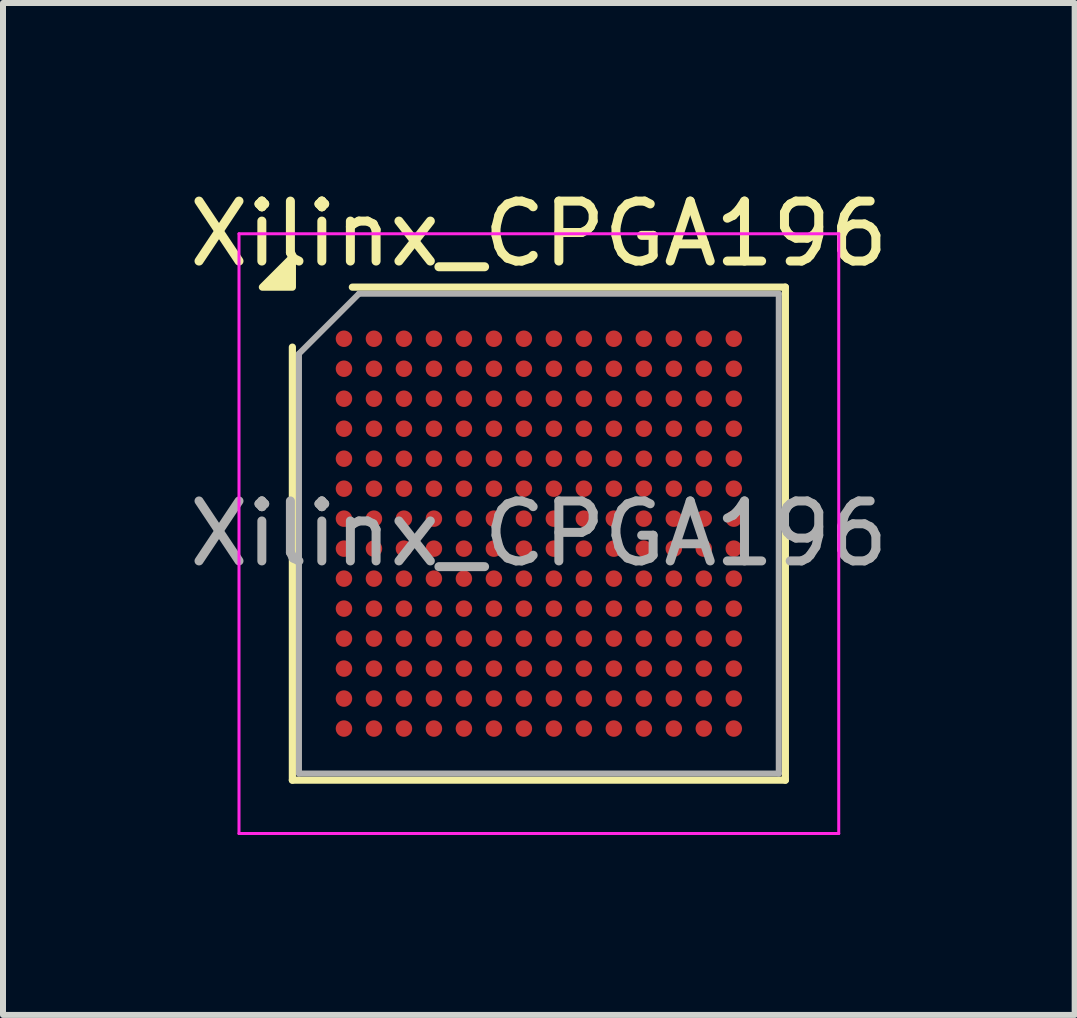
<source format=kicad_pcb>
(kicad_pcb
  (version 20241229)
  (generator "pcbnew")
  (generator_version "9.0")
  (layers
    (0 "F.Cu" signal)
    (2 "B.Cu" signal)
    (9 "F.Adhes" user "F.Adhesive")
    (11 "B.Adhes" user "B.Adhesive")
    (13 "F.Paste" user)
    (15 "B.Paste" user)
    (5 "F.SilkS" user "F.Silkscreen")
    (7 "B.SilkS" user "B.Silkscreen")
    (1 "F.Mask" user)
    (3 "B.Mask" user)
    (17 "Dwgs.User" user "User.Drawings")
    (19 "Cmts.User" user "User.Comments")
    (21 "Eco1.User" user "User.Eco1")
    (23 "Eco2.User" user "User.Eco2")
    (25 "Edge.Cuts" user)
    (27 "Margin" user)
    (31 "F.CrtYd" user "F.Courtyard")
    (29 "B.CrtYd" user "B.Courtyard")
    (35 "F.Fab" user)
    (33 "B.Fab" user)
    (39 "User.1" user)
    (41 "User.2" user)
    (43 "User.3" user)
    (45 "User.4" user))
  (footprint "Xilinx_CPGA196"
    (layer "F.Cu")
    (at 5.935 5.848)
    (property "Reference" "Xilinx_CPGA196" (at 0 -5 0) (layer "F.SilkS") (effects (font (size 1 1) (thickness 0.15))))
    (attr smd)
    (fp_line (start -4.11 4.11) (end -4.11 -3.11) (stroke (width 0.12) (type solid)) (layer "F.SilkS"))
    (fp_line (start -3.11 -4.11) (end 4.11 -4.11) (stroke (width 0.12) (type solid)) (layer "F.SilkS"))
    (fp_line (start 4.11 -4.11) (end 4.11 4.11) (stroke (width 0.12) (type solid)) (layer "F.SilkS"))
    (fp_line (start 4.11 4.11) (end -4.11 4.11) (stroke (width 0.12) (type solid)) (layer "F.SilkS"))
    (fp_poly (pts (xy -4.11 -4.11) (xy -4.61 -4.11) (xy -4.11 -4.61)) (stroke (width 0.12) (type solid)) (fill yes) (layer "F.SilkS"))
    (fp_line (start -5 -5) (end -5 5) (stroke (width 0.05) (type solid)) (layer "F.CrtYd"))
    (fp_line (start -5 5) (end 5 5) (stroke (width 0.05) (type solid)) (layer "F.CrtYd"))
    (fp_line (start 5 -5) (end -5 -5) (stroke (width 0.05) (type solid)) (layer "F.CrtYd"))
    (fp_line (start 5 5) (end 5 -5) (stroke (width 0.05) (type solid)) (layer "F.CrtYd"))
    (fp_line (start -4 -3) (end -3 -4) (stroke (width 0.1) (type solid)) (layer "F.Fab"))
    (fp_line (start -4 4) (end -4 -3) (stroke (width 0.1) (type solid)) (layer "F.Fab"))
    (fp_line (start -3 -4) (end 4 -4) (stroke (width 0.1) (type solid)) (layer "F.Fab"))
    (fp_line (start 4 -4) (end 4 4) (stroke (width 0.1) (type solid)) (layer "F.Fab"))
    (fp_line (start 4 4) (end -4 4) (stroke (width 0.1) (type solid)) (layer "F.Fab"))
    (fp_text user "${REFERENCE}" (at 0 0 0) (layer "F.Fab") (effects (font (size 1 1) (thickness 0.15))))
    (pad "A1" smd circle (at -3.25 -3.25) (size 0.275 0.275) (property pad_prop_bga) (layers "F.Cu" "F.Mask" "F.Paste"))
    (pad "A2" smd circle (at -2.75 -3.25) (size 0.275 0.275) (property pad_prop_bga) (layers "F.Cu" "F.Mask" "F.Paste"))
    (pad "A3" smd circle (at -2.25 -3.25) (size 0.275 0.275) (property pad_prop_bga) (layers "F.Cu" "F.Mask" "F.Paste"))
    (pad "A4" smd circle (at -1.75 -3.25) (size 0.275 0.275) (property pad_prop_bga) (layers "F.Cu" "F.Mask" "F.Paste"))
    (pad "A5" smd circle (at -1.25 -3.25) (size 0.275 0.275) (property pad_prop_bga) (layers "F.Cu" "F.Mask" "F.Paste"))
    (pad "A6" smd circle (at -0.75 -3.25) (size 0.275 0.275) (property pad_prop_bga) (layers "F.Cu" "F.Mask" "F.Paste"))
    (pad "A7" smd circle (at -0.25 -3.25) (size 0.275 0.275) (property pad_prop_bga) (layers "F.Cu" "F.Mask" "F.Paste"))
    (pad "A8" smd circle (at 0.25 -3.25) (size 0.275 0.275) (property pad_prop_bga) (layers "F.Cu" "F.Mask" "F.Paste"))
    (pad "A9" smd circle (at 0.75 -3.25) (size 0.275 0.275) (property pad_prop_bga) (layers "F.Cu" "F.Mask" "F.Paste"))
    (pad "A10" smd circle (at 1.25 -3.25) (size 0.275 0.275) (property pad_prop_bga) (layers "F.Cu" "F.Mask" "F.Paste"))
    (pad "A11" smd circle (at 1.75 -3.25) (size 0.275 0.275) (property pad_prop_bga) (layers "F.Cu" "F.Mask" "F.Paste"))
    (pad "A12" smd circle (at 2.25 -3.25) (size 0.275 0.275) (property pad_prop_bga) (layers "F.Cu" "F.Mask" "F.Paste"))
    (pad "A13" smd circle (at 2.75 -3.25) (size 0.275 0.275) (property pad_prop_bga) (layers "F.Cu" "F.Mask" "F.Paste"))
    (pad "A14" smd circle (at 3.25 -3.25) (size 0.275 0.275) (property pad_prop_bga) (layers "F.Cu" "F.Mask" "F.Paste"))
    (pad "B1" smd circle (at -3.25 -2.75) (size 0.275 0.275) (property pad_prop_bga) (layers "F.Cu" "F.Mask" "F.Paste"))
    (pad "B2" smd circle (at -2.75 -2.75) (size 0.275 0.275) (property pad_prop_bga) (layers "F.Cu" "F.Mask" "F.Paste"))
    (pad "B3" smd circle (at -2.25 -2.75) (size 0.275 0.275) (property pad_prop_bga) (layers "F.Cu" "F.Mask" "F.Paste"))
    (pad "B4" smd circle (at -1.75 -2.75) (size 0.275 0.275) (property pad_prop_bga) (layers "F.Cu" "F.Mask" "F.Paste"))
    (pad "B5" smd circle (at -1.25 -2.75) (size 0.275 0.275) (property pad_prop_bga) (layers "F.Cu" "F.Mask" "F.Paste"))
    (pad "B6" smd circle (at -0.75 -2.75) (size 0.275 0.275) (property pad_prop_bga) (layers "F.Cu" "F.Mask" "F.Paste"))
    (pad "B7" smd circle (at -0.25 -2.75) (size 0.275 0.275) (property pad_prop_bga) (layers "F.Cu" "F.Mask" "F.Paste"))
    (pad "B8" smd circle (at 0.25 -2.75) (size 0.275 0.275) (property pad_prop_bga) (layers "F.Cu" "F.Mask" "F.Paste"))
    (pad "B9" smd circle (at 0.75 -2.75) (size 0.275 0.275) (property pad_prop_bga) (layers "F.Cu" "F.Mask" "F.Paste"))
    (pad "B10" smd circle (at 1.25 -2.75) (size 0.275 0.275) (property pad_prop_bga) (layers "F.Cu" "F.Mask" "F.Paste"))
    (pad "B11" smd circle (at 1.75 -2.75) (size 0.275 0.275) (property pad_prop_bga) (layers "F.Cu" "F.Mask" "F.Paste"))
    (pad "B12" smd circle (at 2.25 -2.75) (size 0.275 0.275) (property pad_prop_bga) (layers "F.Cu" "F.Mask" "F.Paste"))
    (pad "B13" smd circle (at 2.75 -2.75) (size 0.275 0.275) (property pad_prop_bga) (layers "F.Cu" "F.Mask" "F.Paste"))
    (pad "B14" smd circle (at 3.25 -2.75) (size 0.275 0.275) (property pad_prop_bga) (layers "F.Cu" "F.Mask" "F.Paste"))
    (pad "C1" smd circle (at -3.25 -2.25) (size 0.275 0.275) (property pad_prop_bga) (layers "F.Cu" "F.Mask" "F.Paste"))
    (pad "C2" smd circle (at -2.75 -2.25) (size 0.275 0.275) (property pad_prop_bga) (layers "F.Cu" "F.Mask" "F.Paste"))
    (pad "C3" smd circle (at -2.25 -2.25) (size 0.275 0.275) (property pad_prop_bga) (layers "F.Cu" "F.Mask" "F.Paste"))
    (pad "C4" smd circle (at -1.75 -2.25) (size 0.275 0.275) (property pad_prop_bga) (layers "F.Cu" "F.Mask" "F.Paste"))
    (pad "C5" smd circle (at -1.25 -2.25) (size 0.275 0.275) (property pad_prop_bga) (layers "F.Cu" "F.Mask" "F.Paste"))
    (pad "C6" smd circle (at -0.75 -2.25) (size 0.275 0.275) (property pad_prop_bga) (layers "F.Cu" "F.Mask" "F.Paste"))
    (pad "C7" smd circle (at -0.25 -2.25) (size 0.275 0.275) (property pad_prop_bga) (layers "F.Cu" "F.Mask" "F.Paste"))
    (pad "C8" smd circle (at 0.25 -2.25) (size 0.275 0.275) (property pad_prop_bga) (layers "F.Cu" "F.Mask" "F.Paste"))
    (pad "C9" smd circle (at 0.75 -2.25) (size 0.275 0.275) (property pad_prop_bga) (layers "F.Cu" "F.Mask" "F.Paste"))
    (pad "C10" smd circle (at 1.25 -2.25) (size 0.275 0.275) (property pad_prop_bga) (layers "F.Cu" "F.Mask" "F.Paste"))
    (pad "C11" smd circle (at 1.75 -2.25) (size 0.275 0.275) (property pad_prop_bga) (layers "F.Cu" "F.Mask" "F.Paste"))
    (pad "C12" smd circle (at 2.25 -2.25) (size 0.275 0.275) (property pad_prop_bga) (layers "F.Cu" "F.Mask" "F.Paste"))
    (pad "C13" smd circle (at 2.75 -2.25) (size 0.275 0.275) (property pad_prop_bga) (layers "F.Cu" "F.Mask" "F.Paste"))
    (pad "C14" smd circle (at 3.25 -2.25) (size 0.275 0.275) (property pad_prop_bga) (layers "F.Cu" "F.Mask" "F.Paste"))
    (pad "D1" smd circle (at -3.25 -1.75) (size 0.275 0.275) (property pad_prop_bga) (layers "F.Cu" "F.Mask" "F.Paste"))
    (pad "D2" smd circle (at -2.75 -1.75) (size 0.275 0.275) (property pad_prop_bga) (layers "F.Cu" "F.Mask" "F.Paste"))
    (pad "D3" smd circle (at -2.25 -1.75) (size 0.275 0.275) (property pad_prop_bga) (layers "F.Cu" "F.Mask" "F.Paste"))
    (pad "D4" smd circle (at -1.75 -1.75) (size 0.275 0.275) (property pad_prop_bga) (layers "F.Cu" "F.Mask" "F.Paste"))
    (pad "D5" smd circle (at -1.25 -1.75) (size 0.275 0.275) (property pad_prop_bga) (layers "F.Cu" "F.Mask" "F.Paste"))
    (pad "D6" smd circle (at -0.75 -1.75) (size 0.275 0.275) (property pad_prop_bga) (layers "F.Cu" "F.Mask" "F.Paste"))
    (pad "D7" smd circle (at -0.25 -1.75) (size 0.275 0.275) (property pad_prop_bga) (layers "F.Cu" "F.Mask" "F.Paste"))
    (pad "D8" smd circle (at 0.25 -1.75) (size 0.275 0.275) (property pad_prop_bga) (layers "F.Cu" "F.Mask" "F.Paste"))
    (pad "D9" smd circle (at 0.75 -1.75) (size 0.275 0.275) (property pad_prop_bga) (layers "F.Cu" "F.Mask" "F.Paste"))
    (pad "D10" smd circle (at 1.25 -1.75) (size 0.275 0.275) (property pad_prop_bga) (layers "F.Cu" "F.Mask" "F.Paste"))
    (pad "D11" smd circle (at 1.75 -1.75) (size 0.275 0.275) (property pad_prop_bga) (layers "F.Cu" "F.Mask" "F.Paste"))
    (pad "D12" smd circle (at 2.25 -1.75) (size 0.275 0.275) (property pad_prop_bga) (layers "F.Cu" "F.Mask" "F.Paste"))
    (pad "D13" smd circle (at 2.75 -1.75) (size 0.275 0.275) (property pad_prop_bga) (layers "F.Cu" "F.Mask" "F.Paste"))
    (pad "D14" smd circle (at 3.25 -1.75) (size 0.275 0.275) (property pad_prop_bga) (layers "F.Cu" "F.Mask" "F.Paste"))
    (pad "E1" smd circle (at -3.25 -1.25) (size 0.275 0.275) (property pad_prop_bga) (layers "F.Cu" "F.Mask" "F.Paste"))
    (pad "E2" smd circle (at -2.75 -1.25) (size 0.275 0.275) (property pad_prop_bga) (layers "F.Cu" "F.Mask" "F.Paste"))
    (pad "E3" smd circle (at -2.25 -1.25) (size 0.275 0.275) (property pad_prop_bga) (layers "F.Cu" "F.Mask" "F.Paste"))
    (pad "E4" smd circle (at -1.75 -1.25) (size 0.275 0.275) (property pad_prop_bga) (layers "F.Cu" "F.Mask" "F.Paste"))
    (pad "E5" smd circle (at -1.25 -1.25) (size 0.275 0.275) (property pad_prop_bga) (layers "F.Cu" "F.Mask" "F.Paste"))
    (pad "E6" smd circle (at -0.75 -1.25) (size 0.275 0.275) (property pad_prop_bga) (layers "F.Cu" "F.Mask" "F.Paste"))
    (pad "E7" smd circle (at -0.25 -1.25) (size 0.275 0.275) (property pad_prop_bga) (layers "F.Cu" "F.Mask" "F.Paste"))
    (pad "E8" smd circle (at 0.25 -1.25) (size 0.275 0.275) (property pad_prop_bga) (layers "F.Cu" "F.Mask" "F.Paste"))
    (pad "E9" smd circle (at 0.75 -1.25) (size 0.275 0.275) (property pad_prop_bga) (layers "F.Cu" "F.Mask" "F.Paste"))
    (pad "E10" smd circle (at 1.25 -1.25) (size 0.275 0.275) (property pad_prop_bga) (layers "F.Cu" "F.Mask" "F.Paste"))
    (pad "E11" smd circle (at 1.75 -1.25) (size 0.275 0.275) (property pad_prop_bga) (layers "F.Cu" "F.Mask" "F.Paste"))
    (pad "E12" smd circle (at 2.25 -1.25) (size 0.275 0.275) (property pad_prop_bga) (layers "F.Cu" "F.Mask" "F.Paste"))
    (pad "E13" smd circle (at 2.75 -1.25) (size 0.275 0.275) (property pad_prop_bga) (layers "F.Cu" "F.Mask" "F.Paste"))
    (pad "E14" smd circle (at 3.25 -1.25) (size 0.275 0.275) (property pad_prop_bga) (layers "F.Cu" "F.Mask" "F.Paste"))
    (pad "F1" smd circle (at -3.25 -0.75) (size 0.275 0.275) (property pad_prop_bga) (layers "F.Cu" "F.Mask" "F.Paste"))
    (pad "F2" smd circle (at -2.75 -0.75) (size 0.275 0.275) (property pad_prop_bga) (layers "F.Cu" "F.Mask" "F.Paste"))
    (pad "F3" smd circle (at -2.25 -0.75) (size 0.275 0.275) (property pad_prop_bga) (layers "F.Cu" "F.Mask" "F.Paste"))
    (pad "F4" smd circle (at -1.75 -0.75) (size 0.275 0.275) (property pad_prop_bga) (layers "F.Cu" "F.Mask" "F.Paste"))
    (pad "F5" smd circle (at -1.25 -0.75) (size 0.275 0.275) (property pad_prop_bga) (layers "F.Cu" "F.Mask" "F.Paste"))
    (pad "F6" smd circle (at -0.75 -0.75) (size 0.275 0.275) (property pad_prop_bga) (layers "F.Cu" "F.Mask" "F.Paste"))
    (pad "F7" smd circle (at -0.25 -0.75) (size 0.275 0.275) (property pad_prop_bga) (layers "F.Cu" "F.Mask" "F.Paste"))
    (pad "F8" smd circle (at 0.25 -0.75) (size 0.275 0.275) (property pad_prop_bga) (layers "F.Cu" "F.Mask" "F.Paste"))
    (pad "F9" smd circle (at 0.75 -0.75) (size 0.275 0.275) (property pad_prop_bga) (layers "F.Cu" "F.Mask" "F.Paste"))
    (pad "F10" smd circle (at 1.25 -0.75) (size 0.275 0.275) (property pad_prop_bga) (layers "F.Cu" "F.Mask" "F.Paste"))
    (pad "F11" smd circle (at 1.75 -0.75) (size 0.275 0.275) (property pad_prop_bga) (layers "F.Cu" "F.Mask" "F.Paste"))
    (pad "F12" smd circle (at 2.25 -0.75) (size 0.275 0.275) (property pad_prop_bga) (layers "F.Cu" "F.Mask" "F.Paste"))
    (pad "F13" smd circle (at 2.75 -0.75) (size 0.275 0.275) (property pad_prop_bga) (layers "F.Cu" "F.Mask" "F.Paste"))
    (pad "F14" smd circle (at 3.25 -0.75) (size 0.275 0.275) (property pad_prop_bga) (layers "F.Cu" "F.Mask" "F.Paste"))
    (pad "G1" smd circle (at -3.25 -0.25) (size 0.275 0.275) (property pad_prop_bga) (layers "F.Cu" "F.Mask" "F.Paste"))
    (pad "G2" smd circle (at -2.75 -0.25) (size 0.275 0.275) (property pad_prop_bga) (layers "F.Cu" "F.Mask" "F.Paste"))
    (pad "G3" smd circle (at -2.25 -0.25) (size 0.275 0.275) (property pad_prop_bga) (layers "F.Cu" "F.Mask" "F.Paste"))
    (pad "G4" smd circle (at -1.75 -0.25) (size 0.275 0.275) (property pad_prop_bga) (layers "F.Cu" "F.Mask" "F.Paste"))
    (pad "G5" smd circle (at -1.25 -0.25) (size 0.275 0.275) (property pad_prop_bga) (layers "F.Cu" "F.Mask" "F.Paste"))
    (pad "G6" smd circle (at -0.75 -0.25) (size 0.275 0.275) (property pad_prop_bga) (layers "F.Cu" "F.Mask" "F.Paste"))
    (pad "G7" smd circle (at -0.25 -0.25) (size 0.275 0.275) (property pad_prop_bga) (layers "F.Cu" "F.Mask" "F.Paste"))
    (pad "G8" smd circle (at 0.25 -0.25) (size 0.275 0.275) (property pad_prop_bga) (layers "F.Cu" "F.Mask" "F.Paste"))
    (pad "G9" smd circle (at 0.75 -0.25) (size 0.275 0.275) (property pad_prop_bga) (layers "F.Cu" "F.Mask" "F.Paste"))
    (pad "G10" smd circle (at 1.25 -0.25) (size 0.275 0.275) (property pad_prop_bga) (layers "F.Cu" "F.Mask" "F.Paste"))
    (pad "G11" smd circle (at 1.75 -0.25) (size 0.275 0.275) (property pad_prop_bga) (layers "F.Cu" "F.Mask" "F.Paste"))
    (pad "G12" smd circle (at 2.25 -0.25) (size 0.275 0.275) (property pad_prop_bga) (layers "F.Cu" "F.Mask" "F.Paste"))
    (pad "G13" smd circle (at 2.75 -0.25) (size 0.275 0.275) (property pad_prop_bga) (layers "F.Cu" "F.Mask" "F.Paste"))
    (pad "G14" smd circle (at 3.25 -0.25) (size 0.275 0.275) (property pad_prop_bga) (layers "F.Cu" "F.Mask" "F.Paste"))
    (pad "H1" smd circle (at -3.25 0.25) (size 0.275 0.275) (property pad_prop_bga) (layers "F.Cu" "F.Mask" "F.Paste"))
    (pad "H2" smd circle (at -2.75 0.25) (size 0.275 0.275) (property pad_prop_bga) (layers "F.Cu" "F.Mask" "F.Paste"))
    (pad "H3" smd circle (at -2.25 0.25) (size 0.275 0.275) (property pad_prop_bga) (layers "F.Cu" "F.Mask" "F.Paste"))
    (pad "H4" smd circle (at -1.75 0.25) (size 0.275 0.275) (property pad_prop_bga) (layers "F.Cu" "F.Mask" "F.Paste"))
    (pad "H5" smd circle (at -1.25 0.25) (size 0.275 0.275) (property pad_prop_bga) (layers "F.Cu" "F.Mask" "F.Paste"))
    (pad "H6" smd circle (at -0.75 0.25) (size 0.275 0.275) (property pad_prop_bga) (layers "F.Cu" "F.Mask" "F.Paste"))
    (pad "H7" smd circle (at -0.25 0.25) (size 0.275 0.275) (property pad_prop_bga) (layers "F.Cu" "F.Mask" "F.Paste"))
    (pad "H8" smd circle (at 0.25 0.25) (size 0.275 0.275) (property pad_prop_bga) (layers "F.Cu" "F.Mask" "F.Paste"))
    (pad "H9" smd circle (at 0.75 0.25) (size 0.275 0.275) (property pad_prop_bga) (layers "F.Cu" "F.Mask" "F.Paste"))
    (pad "H10" smd circle (at 1.25 0.25) (size 0.275 0.275) (property pad_prop_bga) (layers "F.Cu" "F.Mask" "F.Paste"))
    (pad "H11" smd circle (at 1.75 0.25) (size 0.275 0.275) (property pad_prop_bga) (layers "F.Cu" "F.Mask" "F.Paste"))
    (pad "H12" smd circle (at 2.25 0.25) (size 0.275 0.275) (property pad_prop_bga) (layers "F.Cu" "F.Mask" "F.Paste"))
    (pad "H13" smd circle (at 2.75 0.25) (size 0.275 0.275) (property pad_prop_bga) (layers "F.Cu" "F.Mask" "F.Paste"))
    (pad "H14" smd circle (at 3.25 0.25) (size 0.275 0.275) (property pad_prop_bga) (layers "F.Cu" "F.Mask" "F.Paste"))
    (pad "J1" smd circle (at -3.25 0.75) (size 0.275 0.275) (property pad_prop_bga) (layers "F.Cu" "F.Mask" "F.Paste"))
    (pad "J2" smd circle (at -2.75 0.75) (size 0.275 0.275) (property pad_prop_bga) (layers "F.Cu" "F.Mask" "F.Paste"))
    (pad "J3" smd circle (at -2.25 0.75) (size 0.275 0.275) (property pad_prop_bga) (layers "F.Cu" "F.Mask" "F.Paste"))
    (pad "J4" smd circle (at -1.75 0.75) (size 0.275 0.275) (property pad_prop_bga) (layers "F.Cu" "F.Mask" "F.Paste"))
    (pad "J5" smd circle (at -1.25 0.75) (size 0.275 0.275) (property pad_prop_bga) (layers "F.Cu" "F.Mask" "F.Paste"))
    (pad "J6" smd circle (at -0.75 0.75) (size 0.275 0.275) (property pad_prop_bga) (layers "F.Cu" "F.Mask" "F.Paste"))
    (pad "J7" smd circle (at -0.25 0.75) (size 0.275 0.275) (property pad_prop_bga) (layers "F.Cu" "F.Mask" "F.Paste"))
    (pad "J8" smd circle (at 0.25 0.75) (size 0.275 0.275) (property pad_prop_bga) (layers "F.Cu" "F.Mask" "F.Paste"))
    (pad "J9" smd circle (at 0.75 0.75) (size 0.275 0.275) (property pad_prop_bga) (layers "F.Cu" "F.Mask" "F.Paste"))
    (pad "J10" smd circle (at 1.25 0.75) (size 0.275 0.275) (property pad_prop_bga) (layers "F.Cu" "F.Mask" "F.Paste"))
    (pad "J11" smd circle (at 1.75 0.75) (size 0.275 0.275) (property pad_prop_bga) (layers "F.Cu" "F.Mask" "F.Paste"))
    (pad "J12" smd circle (at 2.25 0.75) (size 0.275 0.275) (property pad_prop_bga) (layers "F.Cu" "F.Mask" "F.Paste"))
    (pad "J13" smd circle (at 2.75 0.75) (size 0.275 0.275) (property pad_prop_bga) (layers "F.Cu" "F.Mask" "F.Paste"))
    (pad "J14" smd circle (at 3.25 0.75) (size 0.275 0.275) (property pad_prop_bga) (layers "F.Cu" "F.Mask" "F.Paste"))
    (pad "K1" smd circle (at -3.25 1.25) (size 0.275 0.275) (property pad_prop_bga) (layers "F.Cu" "F.Mask" "F.Paste"))
    (pad "K2" smd circle (at -2.75 1.25) (size 0.275 0.275) (property pad_prop_bga) (layers "F.Cu" "F.Mask" "F.Paste"))
    (pad "K3" smd circle (at -2.25 1.25) (size 0.275 0.275) (property pad_prop_bga) (layers "F.Cu" "F.Mask" "F.Paste"))
    (pad "K4" smd circle (at -1.75 1.25) (size 0.275 0.275) (property pad_prop_bga) (layers "F.Cu" "F.Mask" "F.Paste"))
    (pad "K5" smd circle (at -1.25 1.25) (size 0.275 0.275) (property pad_prop_bga) (layers "F.Cu" "F.Mask" "F.Paste"))
    (pad "K6" smd circle (at -0.75 1.25) (size 0.275 0.275) (property pad_prop_bga) (layers "F.Cu" "F.Mask" "F.Paste"))
    (pad "K7" smd circle (at -0.25 1.25) (size 0.275 0.275) (property pad_prop_bga) (layers "F.Cu" "F.Mask" "F.Paste"))
    (pad "K8" smd circle (at 0.25 1.25) (size 0.275 0.275) (property pad_prop_bga) (layers "F.Cu" "F.Mask" "F.Paste"))
    (pad "K9" smd circle (at 0.75 1.25) (size 0.275 0.275) (property pad_prop_bga) (layers "F.Cu" "F.Mask" "F.Paste"))
    (pad "K10" smd circle (at 1.25 1.25) (size 0.275 0.275) (property pad_prop_bga) (layers "F.Cu" "F.Mask" "F.Paste"))
    (pad "K11" smd circle (at 1.75 1.25) (size 0.275 0.275) (property pad_prop_bga) (layers "F.Cu" "F.Mask" "F.Paste"))
    (pad "K12" smd circle (at 2.25 1.25) (size 0.275 0.275) (property pad_prop_bga) (layers "F.Cu" "F.Mask" "F.Paste"))
    (pad "K13" smd circle (at 2.75 1.25) (size 0.275 0.275) (property pad_prop_bga) (layers "F.Cu" "F.Mask" "F.Paste"))
    (pad "K14" smd circle (at 3.25 1.25) (size 0.275 0.275) (property pad_prop_bga) (layers "F.Cu" "F.Mask" "F.Paste"))
    (pad "L1" smd circle (at -3.25 1.75) (size 0.275 0.275) (property pad_prop_bga) (layers "F.Cu" "F.Mask" "F.Paste"))
    (pad "L2" smd circle (at -2.75 1.75) (size 0.275 0.275) (property pad_prop_bga) (layers "F.Cu" "F.Mask" "F.Paste"))
    (pad "L3" smd circle (at -2.25 1.75) (size 0.275 0.275) (property pad_prop_bga) (layers "F.Cu" "F.Mask" "F.Paste"))
    (pad "L4" smd circle (at -1.75 1.75) (size 0.275 0.275) (property pad_prop_bga) (layers "F.Cu" "F.Mask" "F.Paste"))
    (pad "L5" smd circle (at -1.25 1.75) (size 0.275 0.275) (property pad_prop_bga) (layers "F.Cu" "F.Mask" "F.Paste"))
    (pad "L6" smd circle (at -0.75 1.75) (size 0.275 0.275) (property pad_prop_bga) (layers "F.Cu" "F.Mask" "F.Paste"))
    (pad "L7" smd circle (at -0.25 1.75) (size 0.275 0.275) (property pad_prop_bga) (layers "F.Cu" "F.Mask" "F.Paste"))
    (pad "L8" smd circle (at 0.25 1.75) (size 0.275 0.275) (property pad_prop_bga) (layers "F.Cu" "F.Mask" "F.Paste"))
    (pad "L9" smd circle (at 0.75 1.75) (size 0.275 0.275) (property pad_prop_bga) (layers "F.Cu" "F.Mask" "F.Paste"))
    (pad "L10" smd circle (at 1.25 1.75) (size 0.275 0.275) (property pad_prop_bga) (layers "F.Cu" "F.Mask" "F.Paste"))
    (pad "L11" smd circle (at 1.75 1.75) (size 0.275 0.275) (property pad_prop_bga) (layers "F.Cu" "F.Mask" "F.Paste"))
    (pad "L12" smd circle (at 2.25 1.75) (size 0.275 0.275) (property pad_prop_bga) (layers "F.Cu" "F.Mask" "F.Paste"))
    (pad "L13" smd circle (at 2.75 1.75) (size 0.275 0.275) (property pad_prop_bga) (layers "F.Cu" "F.Mask" "F.Paste"))
    (pad "L14" smd circle (at 3.25 1.75) (size 0.275 0.275) (property pad_prop_bga) (layers "F.Cu" "F.Mask" "F.Paste"))
    (pad "M1" smd circle (at -3.25 2.25) (size 0.275 0.275) (property pad_prop_bga) (layers "F.Cu" "F.Mask" "F.Paste"))
    (pad "M2" smd circle (at -2.75 2.25) (size 0.275 0.275) (property pad_prop_bga) (layers "F.Cu" "F.Mask" "F.Paste"))
    (pad "M3" smd circle (at -2.25 2.25) (size 0.275 0.275) (property pad_prop_bga) (layers "F.Cu" "F.Mask" "F.Paste"))
    (pad "M4" smd circle (at -1.75 2.25) (size 0.275 0.275) (property pad_prop_bga) (layers "F.Cu" "F.Mask" "F.Paste"))
    (pad "M5" smd circle (at -1.25 2.25) (size 0.275 0.275) (property pad_prop_bga) (layers "F.Cu" "F.Mask" "F.Paste"))
    (pad "M6" smd circle (at -0.75 2.25) (size 0.275 0.275) (property pad_prop_bga) (layers "F.Cu" "F.Mask" "F.Paste"))
    (pad "M7" smd circle (at -0.25 2.25) (size 0.275 0.275) (property pad_prop_bga) (layers "F.Cu" "F.Mask" "F.Paste"))
    (pad "M8" smd circle (at 0.25 2.25) (size 0.275 0.275) (property pad_prop_bga) (layers "F.Cu" "F.Mask" "F.Paste"))
    (pad "M9" smd circle (at 0.75 2.25) (size 0.275 0.275) (property pad_prop_bga) (layers "F.Cu" "F.Mask" "F.Paste"))
    (pad "M10" smd circle (at 1.25 2.25) (size 0.275 0.275) (property pad_prop_bga) (layers "F.Cu" "F.Mask" "F.Paste"))
    (pad "M11" smd circle (at 1.75 2.25) (size 0.275 0.275) (property pad_prop_bga) (layers "F.Cu" "F.Mask" "F.Paste"))
    (pad "M12" smd circle (at 2.25 2.25) (size 0.275 0.275) (property pad_prop_bga) (layers "F.Cu" "F.Mask" "F.Paste"))
    (pad "M13" smd circle (at 2.75 2.25) (size 0.275 0.275) (property pad_prop_bga) (layers "F.Cu" "F.Mask" "F.Paste"))
    (pad "M14" smd circle (at 3.25 2.25) (size 0.275 0.275) (property pad_prop_bga) (layers "F.Cu" "F.Mask" "F.Paste"))
    (pad "N1" smd circle (at -3.25 2.75) (size 0.275 0.275) (property pad_prop_bga) (layers "F.Cu" "F.Mask" "F.Paste"))
    (pad "N2" smd circle (at -2.75 2.75) (size 0.275 0.275) (property pad_prop_bga) (layers "F.Cu" "F.Mask" "F.Paste"))
    (pad "N3" smd circle (at -2.25 2.75) (size 0.275 0.275) (property pad_prop_bga) (layers "F.Cu" "F.Mask" "F.Paste"))
    (pad "N4" smd circle (at -1.75 2.75) (size 0.275 0.275) (property pad_prop_bga) (layers "F.Cu" "F.Mask" "F.Paste"))
    (pad "N5" smd circle (at -1.25 2.75) (size 0.275 0.275) (property pad_prop_bga) (layers "F.Cu" "F.Mask" "F.Paste"))
    (pad "N6" smd circle (at -0.75 2.75) (size 0.275 0.275) (property pad_prop_bga) (layers "F.Cu" "F.Mask" "F.Paste"))
    (pad "N7" smd circle (at -0.25 2.75) (size 0.275 0.275) (property pad_prop_bga) (layers "F.Cu" "F.Mask" "F.Paste"))
    (pad "N8" smd circle (at 0.25 2.75) (size 0.275 0.275) (property pad_prop_bga) (layers "F.Cu" "F.Mask" "F.Paste"))
    (pad "N9" smd circle (at 0.75 2.75) (size 0.275 0.275) (property pad_prop_bga) (layers "F.Cu" "F.Mask" "F.Paste"))
    (pad "N10" smd circle (at 1.25 2.75) (size 0.275 0.275) (property pad_prop_bga) (layers "F.Cu" "F.Mask" "F.Paste"))
    (pad "N11" smd circle (at 1.75 2.75) (size 0.275 0.275) (property pad_prop_bga) (layers "F.Cu" "F.Mask" "F.Paste"))
    (pad "N12" smd circle (at 2.25 2.75) (size 0.275 0.275) (property pad_prop_bga) (layers "F.Cu" "F.Mask" "F.Paste"))
    (pad "N13" smd circle (at 2.75 2.75) (size 0.275 0.275) (property pad_prop_bga) (layers "F.Cu" "F.Mask" "F.Paste"))
    (pad "N14" smd circle (at 3.25 2.75) (size 0.275 0.275) (property pad_prop_bga) (layers "F.Cu" "F.Mask" "F.Paste"))
    (pad "P1" smd circle (at -3.25 3.25) (size 0.275 0.275) (property pad_prop_bga) (layers "F.Cu" "F.Mask" "F.Paste"))
    (pad "P2" smd circle (at -2.75 3.25) (size 0.275 0.275) (property pad_prop_bga) (layers "F.Cu" "F.Mask" "F.Paste"))
    (pad "P3" smd circle (at -2.25 3.25) (size 0.275 0.275) (property pad_prop_bga) (layers "F.Cu" "F.Mask" "F.Paste"))
    (pad "P4" smd circle (at -1.75 3.25) (size 0.275 0.275) (property pad_prop_bga) (layers "F.Cu" "F.Mask" "F.Paste"))
    (pad "P5" smd circle (at -1.25 3.25) (size 0.275 0.275) (property pad_prop_bga) (layers "F.Cu" "F.Mask" "F.Paste"))
    (pad "P6" smd circle (at -0.75 3.25) (size 0.275 0.275) (property pad_prop_bga) (layers "F.Cu" "F.Mask" "F.Paste"))
    (pad "P7" smd circle (at -0.25 3.25) (size 0.275 0.275) (property pad_prop_bga) (layers "F.Cu" "F.Mask" "F.Paste"))
    (pad "P8" smd circle (at 0.25 3.25) (size 0.275 0.275) (property pad_prop_bga) (layers "F.Cu" "F.Mask" "F.Paste"))
    (pad "P9" smd circle (at 0.75 3.25) (size 0.275 0.275) (property pad_prop_bga) (layers "F.Cu" "F.Mask" "F.Paste"))
    (pad "P10" smd circle (at 1.25 3.25) (size 0.275 0.275) (property pad_prop_bga) (layers "F.Cu" "F.Mask" "F.Paste"))
    (pad "P11" smd circle (at 1.75 3.25) (size 0.275 0.275) (property pad_prop_bga) (layers "F.Cu" "F.Mask" "F.Paste"))
    (pad "P12" smd circle (at 2.25 3.25) (size 0.275 0.275) (property pad_prop_bga) (layers "F.Cu" "F.Mask" "F.Paste"))
    (pad "P13" smd circle (at 2.75 3.25) (size 0.275 0.275) (property pad_prop_bga) (layers "F.Cu" "F.Mask" "F.Paste"))
    (pad "P14" smd circle (at 3.25 3.25) (size 0.275 0.275) (property pad_prop_bga) (layers "F.Cu" "F.Mask" "F.Paste")))
  (gr_rect
    (start -3 -3)
    (end 14.869 13.873)
    (stroke (width 0.1) (type default))
    (fill no)
    (layer "Edge.Cuts")))
</source>
